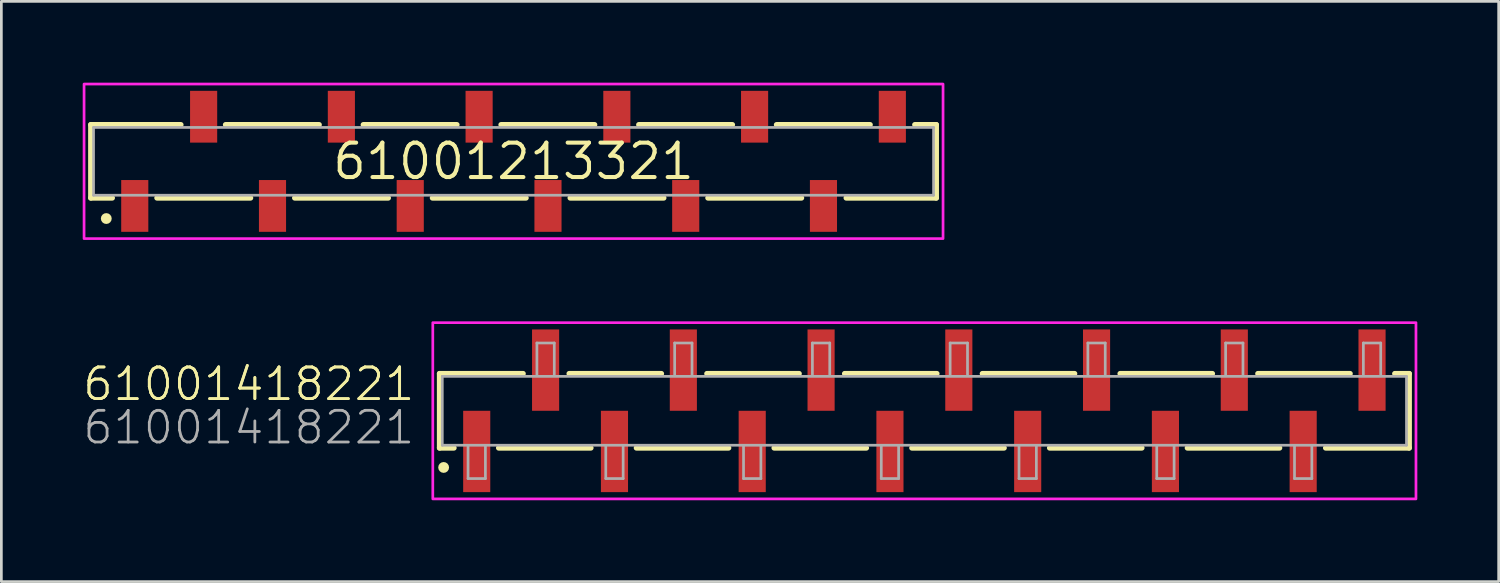
<source format=kicad_pcb>
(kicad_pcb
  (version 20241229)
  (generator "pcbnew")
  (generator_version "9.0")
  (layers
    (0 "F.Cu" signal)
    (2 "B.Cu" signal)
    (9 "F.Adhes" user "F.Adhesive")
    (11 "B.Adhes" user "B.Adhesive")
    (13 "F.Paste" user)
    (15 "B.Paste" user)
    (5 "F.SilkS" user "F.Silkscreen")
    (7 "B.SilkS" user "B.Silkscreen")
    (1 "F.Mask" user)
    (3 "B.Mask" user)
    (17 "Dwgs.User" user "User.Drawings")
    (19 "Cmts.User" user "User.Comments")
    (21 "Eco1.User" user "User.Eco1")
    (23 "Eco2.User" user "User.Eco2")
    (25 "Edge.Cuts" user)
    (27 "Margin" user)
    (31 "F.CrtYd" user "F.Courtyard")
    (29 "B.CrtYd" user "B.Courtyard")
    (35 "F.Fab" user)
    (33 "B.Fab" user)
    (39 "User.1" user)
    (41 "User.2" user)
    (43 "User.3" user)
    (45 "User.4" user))
  (footprint "61001418221"
    (layer "F.Cu")
    (at 31.042 12.1)
    (property "Reference" "61001418221" (at -18.73 -0.3 0) (unlocked yes) (layer "F.SilkS") (effects (font (size 1.168 1.168) (thickness 0.102)) (justify right bottom)))
    (property "Value" "61001418221" (at -18.73 1.3 0) (unlocked yes) (layer "F.Fab") (hide yes) (effects (font (size 1.168 1.168) (thickness 0.102)) (justify right bottom)))
    (fp_line (start -17.88 -1.37) (end -17.88 1.37) (stroke (width 0.2) (type solid)) (layer "F.SilkS"))
    (fp_line (start -17.88 1.37) (end -17.35 1.37) (stroke (width 0.2) (type solid)) (layer "F.SilkS"))
    (fp_line (start -15.7 1.37) (end -12.3 1.37) (stroke (width 0.2) (type solid)) (layer "F.SilkS"))
    (fp_line (start -14.8 -1.37) (end -17.88 -1.37) (stroke (width 0.2) (type solid)) (layer "F.SilkS"))
    (fp_line (start -13.1 -1.37) (end -9.7 -1.37) (stroke (width 0.2) (type solid)) (layer "F.SilkS"))
    (fp_line (start -10.62 1.37) (end -7.22 1.37) (stroke (width 0.2) (type solid)) (layer "F.SilkS"))
    (fp_line (start -8.02 -1.37) (end -4.62 -1.37) (stroke (width 0.2) (type solid)) (layer "F.SilkS"))
    (fp_line (start -5.54 1.37) (end -2.14 1.37) (stroke (width 0.2) (type solid)) (layer "F.SilkS"))
    (fp_line (start -2.94 -1.37) (end 0.46 -1.37) (stroke (width 0.2) (type solid)) (layer "F.SilkS"))
    (fp_line (start -0.46 1.37) (end 2.94 1.37) (stroke (width 0.2) (type solid)) (layer "F.SilkS"))
    (fp_line (start 2.14 -1.37) (end 5.54 -1.37) (stroke (width 0.2) (type solid)) (layer "F.SilkS"))
    (fp_line (start 4.62 1.37) (end 8.02 1.37) (stroke (width 0.2) (type solid)) (layer "F.SilkS"))
    (fp_line (start 7.22 -1.37) (end 10.62 -1.37) (stroke (width 0.2) (type solid)) (layer "F.SilkS"))
    (fp_line (start 9.7 1.37) (end 13.1 1.37) (stroke (width 0.2) (type solid)) (layer "F.SilkS"))
    (fp_line (start 12.3 -1.37) (end 15.7 -1.37) (stroke (width 0.2) (type solid)) (layer "F.SilkS"))
    (fp_line (start 14.8 1.37) (end 17.88 1.37) (stroke (width 0.2) (type solid)) (layer "F.SilkS"))
    (fp_line (start 17.88 -1.37) (end 17.35 -1.37) (stroke (width 0.2) (type solid)) (layer "F.SilkS"))
    (fp_line (start 17.88 1.37) (end 17.88 -1.37) (stroke (width 0.2) (type solid)) (layer "F.SilkS"))
    (fp_circle (center -17.73 2.09) (end -17.63 2.09) (stroke (width 0.2) (type solid)) (fill no) (layer "F.SilkS"))
    (fp_poly (pts (xy 18.13 3.25) (xy -18.13 3.25) (xy -18.13 -3.25) (xy 18.13 -3.25)) (stroke (width 0.1) (type default)) (fill no) (layer "F.CrtYd"))
    (fp_line (start -17.78 -1.27) (end -17.78 1.27) (stroke (width 0.1) (type solid)) (layer "F.Fab"))
    (fp_line (start -17.78 1.27) (end 17.78 1.27) (stroke (width 0.1) (type solid)) (layer "F.Fab"))
    (fp_line (start -16.83 2.5) (end -16.83 1.3) (stroke (width 0.1) (type solid)) (layer "F.Fab"))
    (fp_line (start -16.19 1.3) (end -16.19 2.5) (stroke (width 0.1) (type solid)) (layer "F.Fab"))
    (fp_line (start -16.19 2.5) (end -16.83 2.5) (stroke (width 0.1) (type solid)) (layer "F.Fab"))
    (fp_line (start -14.29 -2.5) (end -13.65 -2.5) (stroke (width 0.1) (type solid)) (layer "F.Fab"))
    (fp_line (start -14.29 -1.3) (end -14.29 -2.5) (stroke (width 0.1) (type solid)) (layer "F.Fab"))
    (fp_line (start -13.65 -2.5) (end -13.65 -1.3) (stroke (width 0.1) (type solid)) (layer "F.Fab"))
    (fp_line (start -11.75 2.5) (end -11.75 1.3) (stroke (width 0.1) (type solid)) (layer "F.Fab"))
    (fp_line (start -11.11 1.3) (end -11.11 2.5) (stroke (width 0.1) (type solid)) (layer "F.Fab"))
    (fp_line (start -11.11 2.5) (end -11.75 2.5) (stroke (width 0.1) (type solid)) (layer "F.Fab"))
    (fp_line (start -9.21 -2.5) (end -8.57 -2.5) (stroke (width 0.1) (type solid)) (layer "F.Fab"))
    (fp_line (start -9.21 -1.3) (end -9.21 -2.5) (stroke (width 0.1) (type solid)) (layer "F.Fab"))
    (fp_line (start -8.57 -2.5) (end -8.57 -1.3) (stroke (width 0.1) (type solid)) (layer "F.Fab"))
    (fp_line (start -6.67 2.5) (end -6.67 1.3) (stroke (width 0.1) (type solid)) (layer "F.Fab"))
    (fp_line (start -6.03 1.3) (end -6.03 2.5) (stroke (width 0.1) (type solid)) (layer "F.Fab"))
    (fp_line (start -6.03 2.5) (end -6.67 2.5) (stroke (width 0.1) (type solid)) (layer "F.Fab"))
    (fp_line (start -4.13 -2.5) (end -3.49 -2.5) (stroke (width 0.1) (type solid)) (layer "F.Fab"))
    (fp_line (start -4.13 -1.3) (end -4.13 -2.5) (stroke (width 0.1) (type solid)) (layer "F.Fab"))
    (fp_line (start -3.49 -2.5) (end -3.49 -1.3) (stroke (width 0.1) (type solid)) (layer "F.Fab"))
    (fp_line (start -1.59 2.5) (end -1.59 1.3) (stroke (width 0.1) (type solid)) (layer "F.Fab"))
    (fp_line (start -0.95 1.3) (end -0.95 2.5) (stroke (width 0.1) (type solid)) (layer "F.Fab"))
    (fp_line (start -0.95 2.5) (end -1.59 2.5) (stroke (width 0.1) (type solid)) (layer "F.Fab"))
    (fp_line (start 0.95 -2.5) (end 1.59 -2.5) (stroke (width 0.1) (type solid)) (layer "F.Fab"))
    (fp_line (start 0.95 -1.3) (end 0.95 -2.5) (stroke (width 0.1) (type solid)) (layer "F.Fab"))
    (fp_line (start 1.59 -2.5) (end 1.59 -1.3) (stroke (width 0.1) (type solid)) (layer "F.Fab"))
    (fp_line (start 3.49 2.5) (end 3.49 1.3) (stroke (width 0.1) (type solid)) (layer "F.Fab"))
    (fp_line (start 4.13 1.3) (end 4.13 2.5) (stroke (width 0.1) (type solid)) (layer "F.Fab"))
    (fp_line (start 4.13 2.5) (end 3.49 2.5) (stroke (width 0.1) (type solid)) (layer "F.Fab"))
    (fp_line (start 6.03 -2.5) (end 6.67 -2.5) (stroke (width 0.1) (type solid)) (layer "F.Fab"))
    (fp_line (start 6.03 -1.3) (end 6.03 -2.5) (stroke (width 0.1) (type solid)) (layer "F.Fab"))
    (fp_line (start 6.67 -2.5) (end 6.67 -1.3) (stroke (width 0.1) (type solid)) (layer "F.Fab"))
    (fp_line (start 8.57 2.5) (end 8.57 1.3) (stroke (width 0.1) (type solid)) (layer "F.Fab"))
    (fp_line (start 9.21 1.3) (end 9.21 2.5) (stroke (width 0.1) (type solid)) (layer "F.Fab"))
    (fp_line (start 9.21 2.5) (end 8.57 2.5) (stroke (width 0.1) (type solid)) (layer "F.Fab"))
    (fp_line (start 11.11 -2.5) (end 11.75 -2.5) (stroke (width 0.1) (type solid)) (layer "F.Fab"))
    (fp_line (start 11.11 -1.3) (end 11.11 -2.5) (stroke (width 0.1) (type solid)) (layer "F.Fab"))
    (fp_line (start 11.75 -2.5) (end 11.75 -1.3) (stroke (width 0.1) (type solid)) (layer "F.Fab"))
    (fp_line (start 13.65 2.5) (end 13.65 1.3) (stroke (width 0.1) (type solid)) (layer "F.Fab"))
    (fp_line (start 14.29 1.3) (end 14.29 2.5) (stroke (width 0.1) (type solid)) (layer "F.Fab"))
    (fp_line (start 14.29 2.5) (end 13.65 2.5) (stroke (width 0.1) (type solid)) (layer "F.Fab"))
    (fp_line (start 16.19 -2.5) (end 16.83 -2.5) (stroke (width 0.1) (type solid)) (layer "F.Fab"))
    (fp_line (start 16.19 -1.3) (end 16.19 -2.5) (stroke (width 0.1) (type solid)) (layer "F.Fab"))
    (fp_line (start 16.83 -2.5) (end 16.83 -1.3) (stroke (width 0.1) (type solid)) (layer "F.Fab"))
    (fp_line (start 17.78 -1.27) (end -17.78 -1.27) (stroke (width 0.1) (type solid)) (layer "F.Fab"))
    (fp_line (start 17.78 1.27) (end 17.78 -1.27) (stroke (width 0.1) (type solid)) (layer "F.Fab"))
    (fp_text user "${REFERENCE}" (at -18.73 -0.3 0) (unlocked yes) (layer "F.SilkS") (effects (font (size 1.168 1.168) (thickness 0.102)) (justify right bottom)))
    (fp_text user "${VALUE}" (at -18.73 1.3 0) (unlocked yes) (layer "F.Fab") (effects (font (size 1.168 1.168) (thickness 0.102)) (justify right bottom)))
    (pad "1" smd rect (at -16.51 1.5) (size 1 3) (layers "F.Cu" "F.Mask" "F.Paste"))
    (pad "2" smd rect (at -13.97 -1.5) (size 1 3) (layers "F.Cu" "F.Mask" "F.Paste"))
    (pad "3" smd rect (at -11.43 1.5) (size 1 3) (layers "F.Cu" "F.Mask" "F.Paste"))
    (pad "4" smd rect (at -8.89 -1.5) (size 1 3) (layers "F.Cu" "F.Mask" "F.Paste"))
    (pad "5" smd rect (at -6.35 1.5) (size 1 3) (layers "F.Cu" "F.Mask" "F.Paste"))
    (pad "6" smd rect (at -3.81 -1.5) (size 1 3) (layers "F.Cu" "F.Mask" "F.Paste"))
    (pad "7" smd rect (at -1.27 1.5) (size 1 3) (layers "F.Cu" "F.Mask" "F.Paste"))
    (pad "8" smd rect (at 1.27 -1.5) (size 1 3) (layers "F.Cu" "F.Mask" "F.Paste"))
    (pad "9" smd rect (at 3.81 1.5) (size 1 3) (layers "F.Cu" "F.Mask" "F.Paste"))
    (pad "10" smd rect (at 6.35 -1.5) (size 1 3) (layers "F.Cu" "F.Mask" "F.Paste"))
    (pad "11" smd rect (at 8.89 1.5) (size 1 3) (layers "F.Cu" "F.Mask" "F.Paste"))
    (pad "12" smd rect (at 11.43 -1.5) (size 1 3) (layers "F.Cu" "F.Mask" "F.Paste"))
    (pad "13" smd rect (at 13.97 1.5) (size 1 3) (layers "F.Cu" "F.Mask" "F.Paste"))
    (pad "14" smd rect (at 16.51 -1.5) (size 1 3) (layers "F.Cu" "F.Mask" "F.Paste")))
  (footprint "61001213321"
    (layer "F.Cu")
    (at 15.89 2.9)
    (property "Reference" "61001213321" (at 0 0 0) (layer "F.SilkS") (effects (font (size 1.27 1.27) (thickness 0.15))))
    (fp_line (start -15.59 -1.35) (end -12.27 -1.35) (stroke (width 0.2) (type solid)) (layer "F.SilkS"))
    (fp_line (start -15.59 1.35) (end -15.59 -1.35) (stroke (width 0.2) (type solid)) (layer "F.SilkS"))
    (fp_line (start -14.8 1.35) (end -15.59 1.35) (stroke (width 0.2) (type solid)) (layer "F.SilkS"))
    (fp_line (start -10.62 -1.35) (end -7.17 -1.35) (stroke (width 0.2) (type solid)) (layer "F.SilkS"))
    (fp_line (start -9.7 1.35) (end -13.15 1.35) (stroke (width 0.2) (type solid)) (layer "F.SilkS"))
    (fp_line (start -5.54 -1.35) (end -2.09 -1.35) (stroke (width 0.2) (type solid)) (layer "F.SilkS"))
    (fp_line (start -4.62 1.35) (end -8.07 1.35) (stroke (width 0.2) (type solid)) (layer "F.SilkS"))
    (fp_line (start -0.46 -1.35) (end 2.99 -1.35) (stroke (width 0.2) (type solid)) (layer "F.SilkS"))
    (fp_line (start 0.46 1.35) (end -2.99 1.35) (stroke (width 0.2) (type solid)) (layer "F.SilkS"))
    (fp_line (start 4.62 -1.35) (end 8.07 -1.35) (stroke (width 0.2) (type solid)) (layer "F.SilkS"))
    (fp_line (start 5.54 1.35) (end 2.09 1.35) (stroke (width 0.2) (type solid)) (layer "F.SilkS"))
    (fp_line (start 9.7 -1.35) (end 13.15 -1.35) (stroke (width 0.2) (type solid)) (layer "F.SilkS"))
    (fp_line (start 10.62 1.35) (end 7.17 1.35) (stroke (width 0.2) (type solid)) (layer "F.SilkS"))
    (fp_line (start 12.27 1.35) (end 15.59 1.35) (stroke (width 0.2) (type solid)) (layer "F.SilkS"))
    (fp_line (start 15.59 -1.35) (end 14.8 -1.35) (stroke (width 0.2) (type solid)) (layer "F.SilkS"))
    (fp_line (start 15.59 1.35) (end 15.59 -1.35) (stroke (width 0.2) (type solid)) (layer "F.SilkS"))
    (fp_circle (center -15.02 2.11) (end -14.92 2.11) (stroke (width 0.2) (type solid)) (fill no) (layer "F.SilkS"))
    (fp_poly (pts (xy 15.84 2.85) (xy -15.84 2.85) (xy -15.84 -2.85) (xy 15.84 -2.85)) (stroke (width 0.1) (type default)) (fill no) (layer "F.CrtYd"))
    (fp_line (start -15.49 -1.25) (end 15.49 -1.25) (stroke (width 0.1) (type solid)) (layer "F.Fab"))
    (fp_line (start -15.49 1.25) (end -15.49 -1.25) (stroke (width 0.1) (type solid)) (layer "F.Fab"))
    (fp_line (start 15.49 1.25) (end -15.49 1.25) (stroke (width 0.1) (type solid)) (layer "F.Fab"))
    (fp_line (start 15.49 1.25) (end 15.49 -1.25) (stroke (width 0.1) (type solid)) (layer "F.Fab"))
    (pad "1" smd rect (at -13.97 1.645 180) (size 1 1.91) (layers "F.Cu" "F.Mask" "F.Paste"))
    (pad "2" smd rect (at -11.43 -1.645 180) (size 1 1.91) (layers "F.Cu" "F.Mask" "F.Paste"))
    (pad "3" smd rect (at -8.89 1.645 180) (size 1 1.91) (layers "F.Cu" "F.Mask" "F.Paste"))
    (pad "4" smd rect (at -6.35 -1.645 180) (size 1 1.91) (layers "F.Cu" "F.Mask" "F.Paste"))
    (pad "5" smd rect (at -3.81 1.645 180) (size 1 1.91) (layers "F.Cu" "F.Mask" "F.Paste"))
    (pad "6" smd rect (at -1.27 -1.645 180) (size 1 1.91) (layers "F.Cu" "F.Mask" "F.Paste"))
    (pad "7" smd rect (at 1.27 1.645 180) (size 1 1.91) (layers "F.Cu" "F.Mask" "F.Paste"))
    (pad "8" smd rect (at 3.81 -1.645 180) (size 1 1.91) (layers "F.Cu" "F.Mask" "F.Paste"))
    (pad "9" smd rect (at 6.35 1.645 180) (size 1 1.91) (layers "F.Cu" "F.Mask" "F.Paste"))
    (pad "10" smd rect (at 8.89 -1.645 180) (size 1 1.91) (layers "F.Cu" "F.Mask" "F.Paste"))
    (pad "11" smd rect (at 11.43 1.645 180) (size 1 1.91) (layers "F.Cu" "F.Mask" "F.Paste"))
    (pad "12" smd rect (at 13.97 -1.645 180) (size 1 1.91) (layers "F.Cu" "F.Mask" "F.Paste")))
  (gr_rect
    (start -3 -3)
    (end 52.222 18.4)
    (stroke (width 0.1) (type default))
    (fill no)
    (layer "Edge.Cuts")))
</source>
